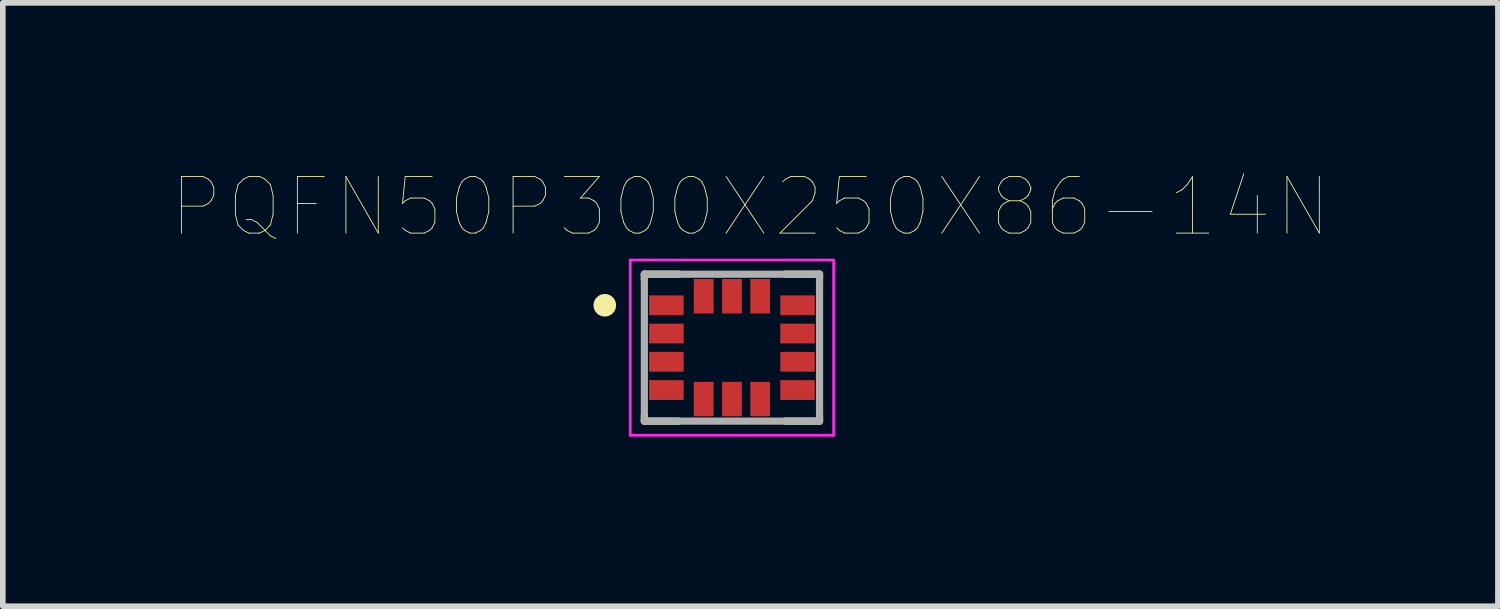
<source format=kicad_pcb>
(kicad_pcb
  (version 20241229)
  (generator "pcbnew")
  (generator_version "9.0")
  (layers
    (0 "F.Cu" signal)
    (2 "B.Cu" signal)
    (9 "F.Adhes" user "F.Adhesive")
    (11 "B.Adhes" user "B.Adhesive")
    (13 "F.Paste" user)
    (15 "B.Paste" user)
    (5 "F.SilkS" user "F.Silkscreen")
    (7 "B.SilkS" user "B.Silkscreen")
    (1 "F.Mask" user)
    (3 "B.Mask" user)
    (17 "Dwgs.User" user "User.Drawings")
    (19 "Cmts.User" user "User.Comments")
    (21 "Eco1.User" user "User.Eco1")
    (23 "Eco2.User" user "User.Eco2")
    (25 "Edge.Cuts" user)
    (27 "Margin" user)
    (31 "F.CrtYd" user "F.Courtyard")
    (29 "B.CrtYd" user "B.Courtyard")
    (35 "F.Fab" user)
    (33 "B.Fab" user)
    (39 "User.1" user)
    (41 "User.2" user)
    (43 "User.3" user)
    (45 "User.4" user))
  (footprint "PQFN50P300X250X86-14N"
    (layer "F.Cu")
    (at 9.902 3.102)
    (property "Reference" "PQFN50P300X250X86-14N" (at 0.326 -2.49 0) (layer "F.SilkS") (effects (font (size 1.002 1.002) (thickness 0.015))))
    (attr through_hole)
    (fp_line (start -1.55 -1.2) (end -1.55 -1.3) (stroke (width 0.127) (type solid)) (layer "F.SilkS"))
    (fp_line (start -1.55 1.3) (end -1.55 1.2) (stroke (width 0.127) (type solid)) (layer "F.SilkS"))
    (fp_line (start -1.55 1.3) (end -0.95 1.3) (stroke (width 0.127) (type solid)) (layer "F.SilkS"))
    (fp_line (start -0.95 -1.3) (end -1.55 -1.3) (stroke (width 0.127) (type solid)) (layer "F.SilkS"))
    (fp_line (start 0.95 -1.3) (end 1.55 -1.3) (stroke (width 0.127) (type solid)) (layer "F.SilkS"))
    (fp_line (start 0.95 1.3) (end 1.55 1.3) (stroke (width 0.127) (type solid)) (layer "F.SilkS"))
    (fp_line (start 1.55 -1.2) (end 1.55 -1.3) (stroke (width 0.127) (type solid)) (layer "F.SilkS"))
    (fp_line (start 1.55 1.3) (end 1.55 1.2) (stroke (width 0.127) (type solid)) (layer "F.SilkS"))
    (fp_circle (center -2.25 -0.75) (end -2.15 -0.75) (stroke (width 0.2) (type solid)) (fill no) (layer "F.SilkS"))
    (fp_line (start -1.8 -1.55) (end 1.8 -1.55) (stroke (width 0.05) (type solid)) (layer "F.CrtYd"))
    (fp_line (start -1.8 1.55) (end -1.8 -1.55) (stroke (width 0.05) (type solid)) (layer "F.CrtYd"))
    (fp_line (start 1.8 -1.55) (end 1.8 1.55) (stroke (width 0.05) (type solid)) (layer "F.CrtYd"))
    (fp_line (start 1.8 1.55) (end -1.8 1.55) (stroke (width 0.05) (type solid)) (layer "F.CrtYd"))
    (fp_line (start -1.55 -1.3) (end 1.55 -1.3) (stroke (width 0.127) (type solid)) (layer "F.Fab"))
    (fp_line (start -1.55 1.3) (end -1.55 -1.3) (stroke (width 0.127) (type solid)) (layer "F.Fab"))
    (fp_line (start 1.55 -1.3) (end 1.55 1.3) (stroke (width 0.127) (type solid)) (layer "F.Fab"))
    (fp_line (start 1.55 1.3) (end -1.55 1.3) (stroke (width 0.127) (type solid)) (layer "F.Fab"))
    (pad "1" smd rect (at -1.16 -0.75) (size 0.61 0.35) (layers "F.Cu" "F.Mask" "F.Paste"))
    (pad "2" smd rect (at -1.16 -0.25) (size 0.61 0.35) (layers "F.Cu" "F.Mask" "F.Paste"))
    (pad "3" smd rect (at -1.16 0.25) (size 0.61 0.35) (layers "F.Cu" "F.Mask" "F.Paste"))
    (pad "4" smd rect (at -1.16 0.75) (size 0.61 0.35) (layers "F.Cu" "F.Mask" "F.Paste"))
    (pad "5" smd rect (at -0.5 0.91) (size 0.35 0.61) (layers "F.Cu" "F.Mask" "F.Paste"))
    (pad "6" smd rect (at 0 0.91) (size 0.35 0.61) (layers "F.Cu" "F.Mask" "F.Paste"))
    (pad "7" smd rect (at 0.5 0.91) (size 0.35 0.61) (layers "F.Cu" "F.Mask" "F.Paste"))
    (pad "8" smd rect (at 1.16 0.75) (size 0.61 0.35) (layers "F.Cu" "F.Mask" "F.Paste"))
    (pad "9" smd rect (at 1.16 0.25) (size 0.61 0.35) (layers "F.Cu" "F.Mask" "F.Paste"))
    (pad "10" smd rect (at 1.16 -0.25) (size 0.61 0.35) (layers "F.Cu" "F.Mask" "F.Paste"))
    (pad "11" smd rect (at 1.16 -0.75) (size 0.61 0.35) (layers "F.Cu" "F.Mask" "F.Paste"))
    (pad "12" smd rect (at 0.5 -0.91) (size 0.35 0.61) (layers "F.Cu" "F.Mask" "F.Paste"))
    (pad "13" smd rect (at 0 -0.91) (size 0.35 0.61) (layers "F.Cu" "F.Mask" "F.Paste"))
    (pad "14" smd rect (at -0.5 -0.91) (size 0.35 0.61) (layers "F.Cu" "F.Mask" "F.Paste")))
  (gr_rect
    (start -3 -3)
    (end 23.456 7.677)
    (stroke (width 0.1) (type default))
    (fill no)
    (layer "Edge.Cuts")))
</source>
